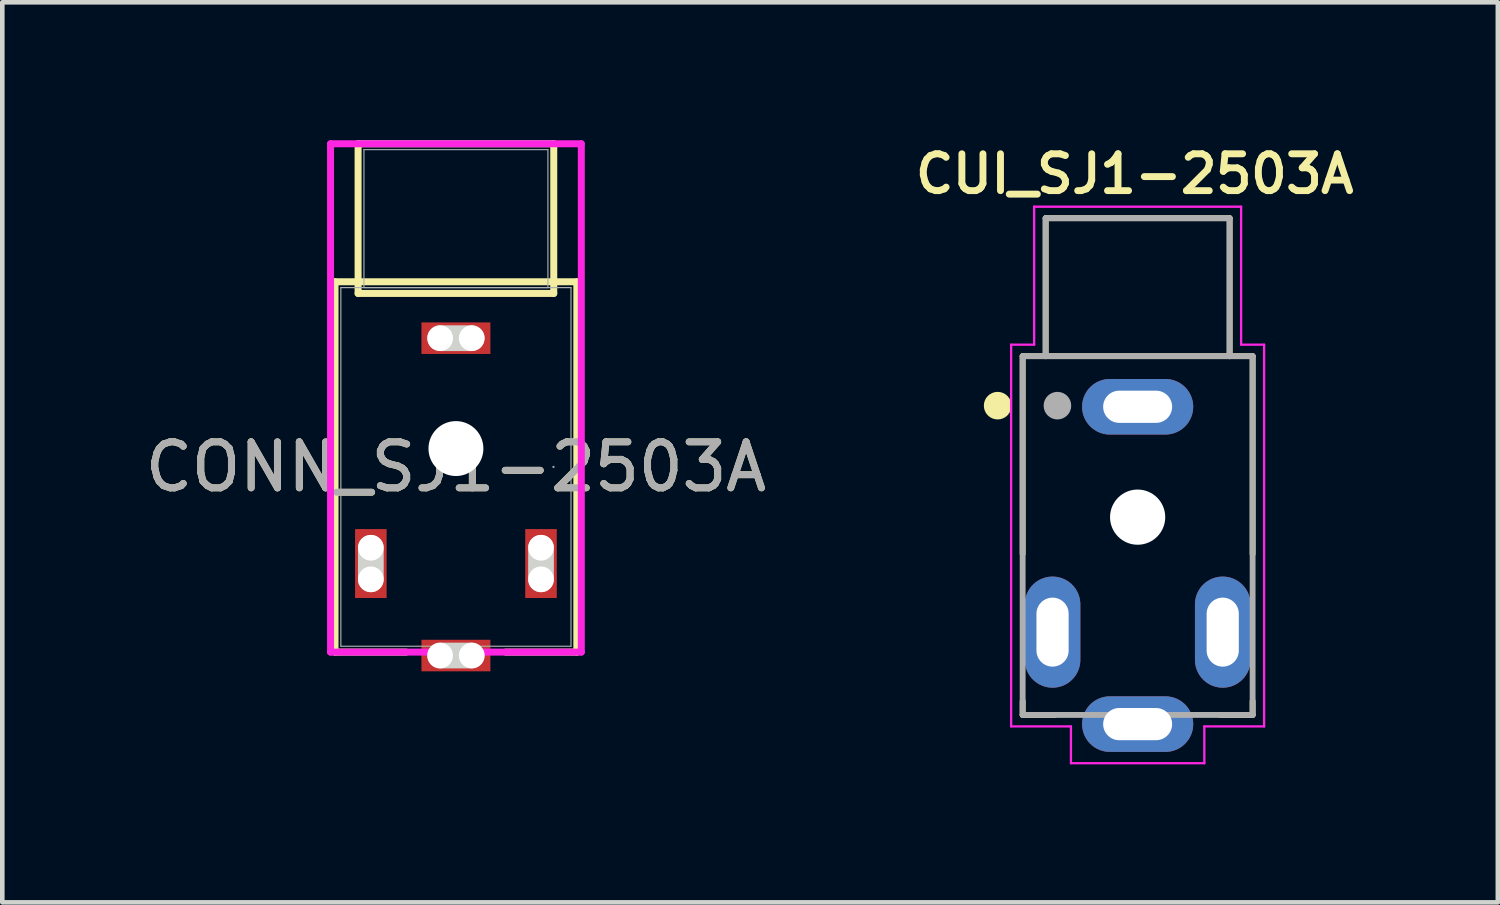
<source format=kicad_pcb>
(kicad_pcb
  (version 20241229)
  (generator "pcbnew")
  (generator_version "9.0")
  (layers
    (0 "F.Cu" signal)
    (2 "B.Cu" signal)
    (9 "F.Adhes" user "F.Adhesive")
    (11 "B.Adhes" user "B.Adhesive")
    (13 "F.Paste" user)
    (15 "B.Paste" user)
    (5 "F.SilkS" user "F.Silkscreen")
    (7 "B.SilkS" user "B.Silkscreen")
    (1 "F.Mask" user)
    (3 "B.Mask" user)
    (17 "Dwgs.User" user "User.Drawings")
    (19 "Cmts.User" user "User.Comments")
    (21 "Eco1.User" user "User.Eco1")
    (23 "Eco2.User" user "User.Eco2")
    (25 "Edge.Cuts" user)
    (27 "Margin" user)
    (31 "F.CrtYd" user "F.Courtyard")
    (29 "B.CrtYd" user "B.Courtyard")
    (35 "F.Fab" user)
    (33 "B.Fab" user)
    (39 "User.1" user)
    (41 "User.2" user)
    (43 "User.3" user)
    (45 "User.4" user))
  (footprint "CUI_SJ1-2503A"
    (layer "F.Cu")
    (at 21.685 5.794)
    (property "Reference" "CUI_SJ1-2503A" (at -0.064 -5.062 0) (layer "F.SilkS") (effects (font (size 0.801 0.801) (thickness 0.15))))
    (attr through_hole)
    (fp_line (start -2.5 -1.1) (end -2 -1.1) (stroke (width 0.127) (type solid)) (layer "F.SilkS"))
    (fp_line (start -2.5 3.2) (end -2.5 -1.1) (stroke (width 0.127) (type solid)) (layer "F.SilkS"))
    (fp_line (start -2.5 6.7) (end -2.5 6.4) (stroke (width 0.127) (type solid)) (layer "F.SilkS"))
    (fp_line (start -2 -4.1) (end -2 -1.1) (stroke (width 0.127) (type solid)) (layer "F.SilkS"))
    (fp_line (start -2 -1.1) (end 2 -1.1) (stroke (width 0.127) (type solid)) (layer "F.SilkS"))
    (fp_line (start -1.8 6.7) (end -2.5 6.7) (stroke (width 0.127) (type solid)) (layer "F.SilkS"))
    (fp_line (start 1.8 6.7) (end 2.5 6.7) (stroke (width 0.127) (type solid)) (layer "F.SilkS"))
    (fp_line (start 2 -4.1) (end -2 -4.1) (stroke (width 0.127) (type solid)) (layer "F.SilkS"))
    (fp_line (start 2 -1.1) (end 2 -4.1) (stroke (width 0.127) (type solid)) (layer "F.SilkS"))
    (fp_line (start 2 -1.1) (end 2.5 -1.1) (stroke (width 0.127) (type solid)) (layer "F.SilkS"))
    (fp_line (start 2.5 -1.1) (end 2.5 3.2) (stroke (width 0.127) (type solid)) (layer "F.SilkS"))
    (fp_line (start 2.5 6.7) (end 2.5 6.4) (stroke (width 0.127) (type solid)) (layer "F.SilkS"))
    (fp_circle (center -3.044 -0.024) (end -2.894 -0.024) (stroke (width 0.3) (type solid)) (fill no) (layer "F.SilkS"))
    (fp_line (start -2.75 -1.35) (end -2.75 6.95) (stroke (width 0.05) (type solid)) (layer "F.CrtYd"))
    (fp_line (start -2.75 6.95) (end -1.45 6.95) (stroke (width 0.05) (type solid)) (layer "F.CrtYd"))
    (fp_line (start -2.25 -4.35) (end -2.25 -1.35) (stroke (width 0.05) (type solid)) (layer "F.CrtYd"))
    (fp_line (start -2.25 -1.35) (end -2.75 -1.35) (stroke (width 0.05) (type solid)) (layer "F.CrtYd"))
    (fp_line (start -1.45 6.95) (end -1.45 7.75) (stroke (width 0.05) (type solid)) (layer "F.CrtYd"))
    (fp_line (start -1.45 7.75) (end 1.45 7.75) (stroke (width 0.05) (type solid)) (layer "F.CrtYd"))
    (fp_line (start 1.45 6.95) (end 2.75 6.95) (stroke (width 0.05) (type solid)) (layer "F.CrtYd"))
    (fp_line (start 1.45 7.75) (end 1.45 6.95) (stroke (width 0.05) (type solid)) (layer "F.CrtYd"))
    (fp_line (start 2.25 -4.35) (end -2.25 -4.35) (stroke (width 0.05) (type solid)) (layer "F.CrtYd"))
    (fp_line (start 2.25 -1.35) (end 2.25 -4.35) (stroke (width 0.05) (type solid)) (layer "F.CrtYd"))
    (fp_line (start 2.75 -1.35) (end 2.25 -1.35) (stroke (width 0.05) (type solid)) (layer "F.CrtYd"))
    (fp_line (start 2.75 6.95) (end 2.75 -1.35) (stroke (width 0.05) (type solid)) (layer "F.CrtYd"))
    (fp_line (start -2.5 -1.1) (end -2 -1.1) (stroke (width 0.127) (type solid)) (layer "F.Fab"))
    (fp_line (start -2.5 6.7) (end -2.5 -1.1) (stroke (width 0.127) (type solid)) (layer "F.Fab"))
    (fp_line (start -2 -4.1) (end -2 -1.1) (stroke (width 0.127) (type solid)) (layer "F.Fab"))
    (fp_line (start -2 -1.1) (end 2 -1.1) (stroke (width 0.127) (type solid)) (layer "F.Fab"))
    (fp_line (start 2 -4.1) (end -2 -4.1) (stroke (width 0.127) (type solid)) (layer "F.Fab"))
    (fp_line (start 2 -1.1) (end 2 -4.1) (stroke (width 0.127) (type solid)) (layer "F.Fab"))
    (fp_line (start 2 -1.1) (end 2.5 -1.1) (stroke (width 0.127) (type solid)) (layer "F.Fab"))
    (fp_line (start 2.5 -1.1) (end 2.5 6.7) (stroke (width 0.127) (type solid)) (layer "F.Fab"))
    (fp_line (start 2.5 6.7) (end -2.5 6.7) (stroke (width 0.127) (type solid)) (layer "F.Fab"))
    (fp_circle (center -1.744 -0.024) (end -1.594 -0.024) (stroke (width 0.3) (type solid)) (fill no) (layer "F.Fab"))
    (pad "" np_thru_hole circle (at 0 2.4) (size 1.2 1.2) (drill 1.2) (layers "*.Cu" "*.Mask"))
    (pad "R" thru_hole oval (at 0 6.9) (size 2.416 1.208) (drill oval 1.5 0.7) (layers "*.Cu" "*.Mask"))
    (pad "S" thru_hole oval (at 0 0) (size 2.416 1.208) (drill oval 1.5 0.7) (layers "*.Cu" "*.Mask"))
    (pad "T" thru_hole oval (at -1.85 4.9) (size 1.208 2.416) (drill oval 0.7 1.5) (layers "*.Cu" "*.Mask"))
    (pad "T" thru_hole oval (at 1.85 4.9) (size 1.208 2.416) (drill oval 0.7 1.5) (layers "*.Cu" "*.Mask")))
  (footprint "CONN_SJ1-2503A"
    (layer "F.Cu")
    (at 6.863 7.102)
    (property "Reference" "CONN_SJ1-2503A" (at 0 0 0) (unlocked yes) (layer "F.SilkS") (effects (font (size 1 1) (thickness 0.15))))
    (attr smd)
    (fp_line (start -2.629 -4.026) (end 2.629 -4.026) (stroke (width 0.152) (type solid)) (layer "F.SilkS"))
    (fp_line (start -2.629 4.026) (end -2.629 -4.026) (stroke (width 0.152) (type solid)) (layer "F.SilkS"))
    (fp_line (start -2.127 -7.026) (end 2.127 -7.026) (stroke (width 0.152) (type solid)) (layer "F.SilkS"))
    (fp_line (start -2.127 -3.772) (end -2.127 -7.026) (stroke (width 0.152) (type solid)) (layer "F.SilkS"))
    (fp_line (start -1.082 4.026) (end -2.629 4.026) (stroke (width 0.152) (type solid)) (layer "F.SilkS"))
    (fp_line (start 2.127 -7.026) (end 2.127 -3.772) (stroke (width 0.152) (type solid)) (layer "F.SilkS"))
    (fp_line (start 2.127 -3.772) (end -2.127 -3.772) (stroke (width 0.152) (type solid)) (layer "F.SilkS"))
    (fp_line (start 2.629 -4.026) (end 2.629 4.026) (stroke (width 0.152) (type solid)) (layer "F.SilkS"))
    (fp_line (start 2.629 4.026) (end 1.082 4.026) (stroke (width 0.152) (type solid)) (layer "F.SilkS"))
    (fp_line (start -1.85 2.444) (end -1.85 1.758) (stroke (width 0.559) (type solid)) (layer "Edge.Cuts"))
    (fp_line (start -0.343 -2.799) (end 0.343 -2.799) (stroke (width 0.559) (type solid)) (layer "Edge.Cuts"))
    (fp_line (start -0.343 4.101) (end 0.343 4.101) (stroke (width 0.559) (type solid)) (layer "Edge.Cuts"))
    (fp_line (start 1.85 2.444) (end 1.85 1.758) (stroke (width 0.559) (type solid)) (layer "Edge.Cuts"))
    (fp_line (start -2.726 -7.026) (end 2.726 -7.026) (stroke (width 0.152) (type solid)) (layer "F.CrtYd"))
    (fp_line (start -2.726 4.026) (end -2.726 -7.026) (stroke (width 0.152) (type solid)) (layer "F.CrtYd"))
    (fp_line (start 2.726 -7.026) (end 2.726 4.026) (stroke (width 0.152) (type solid)) (layer "F.CrtYd"))
    (fp_line (start 2.726 4.026) (end -2.726 4.026) (stroke (width 0.152) (type solid)) (layer "F.CrtYd"))
    (fp_line (start -2.502 -3.899) (end -2.502 3.899) (stroke (width 0.025) (type solid)) (layer "F.Fab"))
    (fp_line (start -2.502 3.899) (end 2.502 3.899) (stroke (width 0.025) (type solid)) (layer "F.Fab"))
    (fp_line (start -2 -6.899) (end -2 -3.899) (stroke (width 0.025) (type solid)) (layer "F.Fab"))
    (fp_line (start -2 -3.899) (end 2 -3.899) (stroke (width 0.025) (type solid)) (layer "F.Fab"))
    (fp_line (start 2 -6.899) (end -2 -6.899) (stroke (width 0.025) (type solid)) (layer "F.Fab"))
    (fp_line (start 2 -3.899) (end 2 -6.899) (stroke (width 0.025) (type solid)) (layer "F.Fab"))
    (fp_line (start 2.502 -3.899) (end -2.502 -3.899) (stroke (width 0.025) (type solid)) (layer "F.Fab"))
    (fp_line (start 2.502 3.899) (end 2.502 -3.899) (stroke (width 0.025) (type solid)) (layer "F.Fab"))
    (fp_circle (center 2.121 0) (end 2.121 0) (stroke (width 0.025) (type solid)) (fill no) (layer "F.Fab"))
    (fp_text user "${REFERENCE}" (at 0 0 0) (unlocked yes) (layer "F.Fab") (effects (font (size 1 1) (thickness 0.15))))
    (pad "" np_thru_hole circle (at -1.85 1.758) (size 0.559 0.559) (drill 0.559) (layers "*.Cu" "*.Mask"))
    (pad "" np_thru_hole circle (at -1.85 2.444) (size 0.559 0.559) (drill 0.559) (layers "*.Cu" "*.Mask"))
    (pad "" np_thru_hole circle (at -0.343 -2.799 90) (size 0.559 0.559) (drill 0.559) (layers "*.Cu" "*.Mask"))
    (pad "" np_thru_hole circle (at -0.343 4.101) (size 0.559 0.559) (drill 0.559) (layers "*.Cu" "*.Mask"))
    (pad "" np_thru_hole circle (at 0 -0.399) (size 1.194 1.194) (drill 1.194) (layers "*.Cu" "*.Mask"))
    (pad "" np_thru_hole circle (at 0.343 -2.799 90) (size 0.559 0.559) (drill 0.559) (layers "*.Cu" "*.Mask"))
    (pad "" np_thru_hole circle (at 0.343 4.101) (size 0.559 0.559) (drill 0.559) (layers "*.Cu" "*.Mask"))
    (pad "" np_thru_hole circle (at 1.85 1.758) (size 0.559 0.559) (drill 0.559) (layers "*.Cu" "*.Mask"))
    (pad "" np_thru_hole circle (at 1.85 2.444) (size 0.559 0.559) (drill 0.559) (layers "*.Cu" "*.Mask"))
    (pad "R" smd rect (at 0 4.101 90) (size 0.686 1.499) (layers "F.Cu" "F.Mask" "F.Paste"))
    (pad "R" smd oval (at 0 4.101) (size 1.245 0.559) (layers "F.Cu" "F.Mask" "F.Paste"))
    (pad "S" smd rect (at 0 -2.799 90) (size 0.686 1.499) (layers "F.Cu" "F.Mask" "F.Paste"))
    (pad "S" smd oval (at 0 -2.799) (size 1.245 0.559) (layers "F.Cu" "F.Mask" "F.Paste"))
    (pad "T" smd rect (at -1.85 2.101) (size 0.686 1.499) (layers "F.Cu" "F.Mask" "F.Paste"))
    (pad "T" smd oval (at -1.85 2.101 90) (size 1.245 0.559) (layers "F.Cu" "F.Mask" "F.Paste"))
    (pad "T" smd rect (at 1.85 2.101) (size 0.686 1.499) (layers "F.Cu" "F.Mask" "F.Paste"))
    (pad "T" smd oval (at 1.85 2.101 90) (size 1.245 0.559) (layers "F.Cu" "F.Mask" "F.Paste")))
  (gr_rect
    (start -3 -3)
    (end 29.517 16.569)
    (stroke (width 0.1) (type default))
    (fill no)
    (layer "Edge.Cuts")))
</source>
